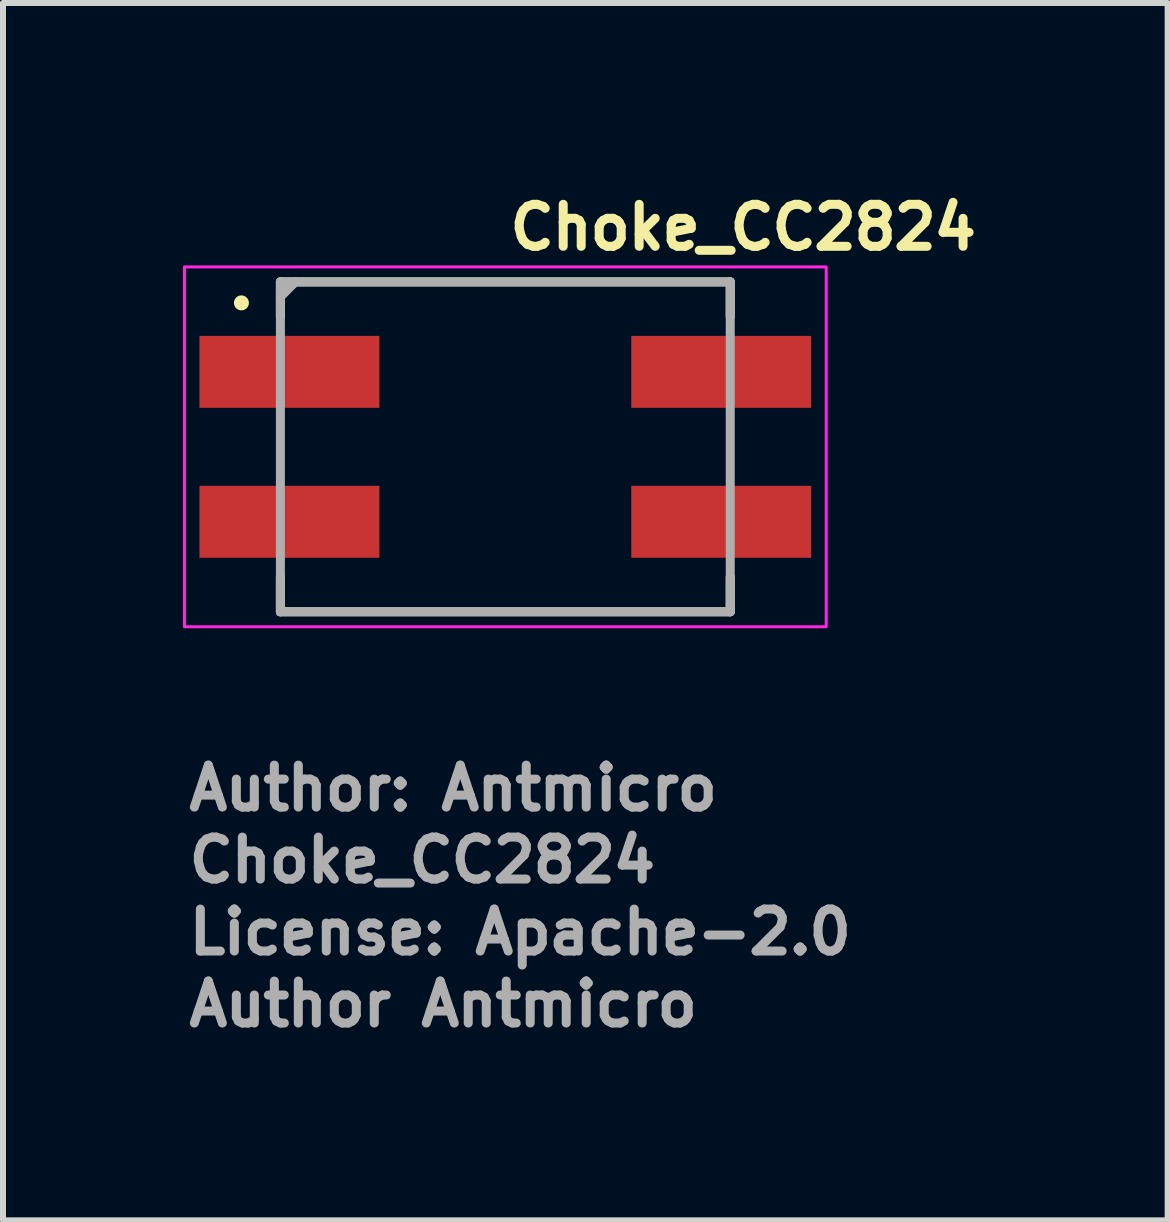
<source format=kicad_pcb>
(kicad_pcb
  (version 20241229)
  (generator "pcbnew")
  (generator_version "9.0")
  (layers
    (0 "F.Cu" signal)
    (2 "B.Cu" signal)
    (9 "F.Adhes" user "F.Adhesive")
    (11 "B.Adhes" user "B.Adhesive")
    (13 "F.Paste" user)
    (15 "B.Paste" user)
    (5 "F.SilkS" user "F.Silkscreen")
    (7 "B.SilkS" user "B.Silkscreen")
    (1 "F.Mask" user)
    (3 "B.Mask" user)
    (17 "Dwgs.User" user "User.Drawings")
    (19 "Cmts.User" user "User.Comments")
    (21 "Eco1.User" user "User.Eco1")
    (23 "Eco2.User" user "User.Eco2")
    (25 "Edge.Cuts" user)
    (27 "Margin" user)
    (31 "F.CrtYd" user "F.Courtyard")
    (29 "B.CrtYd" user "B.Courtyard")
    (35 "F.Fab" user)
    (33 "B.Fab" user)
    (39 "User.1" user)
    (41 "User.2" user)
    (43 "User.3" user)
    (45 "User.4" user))
  (footprint "Choke_CC2824"
    (layer "F.Cu")
    (at 5.375 4.4)
    (property "Reference" "Choke_CC2824" (at 0 -3.25 0) (layer "F.SilkS") (effects (font (size 0.7 0.7) (thickness 0.15)) (justify left bottom)))
    (attr smd)
    (fp_line (start -3.75 -2.75) (end -3.75 -2.17) (stroke (width 0.15) (type solid)) (layer "F.SilkS"))
    (fp_line (start -3.75 -2.75) (end 3.75 -2.75) (stroke (width 0.15) (type solid)) (layer "F.SilkS"))
    (fp_line (start -3.75 2.75) (end -3.75 2.17) (stroke (width 0.15) (type solid)) (layer "F.SilkS"))
    (fp_line (start -3.75 2.75) (end 3.75 2.75) (stroke (width 0.15) (type solid)) (layer "F.SilkS"))
    (fp_line (start 3.75 -2.75) (end 3.75 -2.17) (stroke (width 0.15) (type solid)) (layer "F.SilkS"))
    (fp_line (start 3.75 2.75) (end 3.75 2.17) (stroke (width 0.15) (type solid)) (layer "F.SilkS"))
    (fp_circle (center -4.4 -2.4) (end -4.35 -2.4) (stroke (width 0.15) (type solid)) (fill yes) (layer "F.SilkS"))
    (fp_rect (start -5.35 -3) (end 5.35 3) (stroke (width 0.05) (type solid)) (fill no) (layer "F.CrtYd"))
    (fp_line (start -3.75 -2.75) (end 3.75 -2.75) (stroke (width 0.15) (type solid)) (layer "F.Fab"))
    (fp_line (start -3.75 2.75) (end -3.75 -2.75) (stroke (width 0.15) (type solid)) (layer "F.Fab"))
    (fp_line (start -3.5 -2.75) (end -3.75 -2.5) (stroke (width 0.15) (type solid)) (layer "F.Fab"))
    (fp_line (start 3.75 -2.75) (end 3.75 2.75) (stroke (width 0.15) (type solid)) (layer "F.Fab"))
    (fp_line (start 3.75 2.75) (end -3.75 2.75) (stroke (width 0.15) (type solid)) (layer "F.Fab"))
    (fp_rect (start -4.5 -2.75) (end 4.5 2.75) (stroke (width 0.1) (type solid)) (fill no) (layer "User.5"))
    (fp_line (start -4.5 -1.02) (end -4.5 -1.52) (stroke (width 0.02) (type solid)) (layer "User.9"))
    (fp_line (start -4.5 1.02) (end -4.5 1.52) (stroke (width 0.02) (type solid)) (layer "User.9"))
    (fp_line (start -3.75 -2.25) (end -3.749 -2.275) (stroke (width 0.02) (type solid)) (layer "User.9"))
    (fp_line (start -3.75 -1.52) (end -4.5 -1.52) (stroke (width 0.02) (type solid)) (layer "User.9"))
    (fp_line (start -3.75 -1.02) (end -4.5 -1.02) (stroke (width 0.02) (type solid)) (layer "User.9"))
    (fp_line (start -3.75 1.02) (end -4.5 1.02) (stroke (width 0.02) (type solid)) (layer "User.9"))
    (fp_line (start -3.75 1.52) (end -4.5 1.52) (stroke (width 0.02) (type solid)) (layer "User.9"))
    (fp_line (start -3.75 2.25) (end -3.75 -2.25) (stroke (width 0.02) (type solid)) (layer "User.9"))
    (fp_line (start -3.749 -2.275) (end -3.748 -2.299) (stroke (width 0.02) (type solid)) (layer "User.9"))
    (fp_line (start -3.749 2.275) (end -3.75 2.25) (stroke (width 0.02) (type solid)) (layer "User.9"))
    (fp_line (start -3.748 -2.299) (end -3.745 -2.324) (stroke (width 0.02) (type solid)) (layer "User.9"))
    (fp_line (start -3.748 2.299) (end -3.749 2.275) (stroke (width 0.02) (type solid)) (layer "User.9"))
    (fp_line (start -3.745 -2.324) (end -3.74 -2.348) (stroke (width 0.02) (type solid)) (layer "User.9"))
    (fp_line (start -3.745 2.324) (end -3.748 2.299) (stroke (width 0.02) (type solid)) (layer "User.9"))
    (fp_line (start -3.74 -2.348) (end -3.735 -2.372) (stroke (width 0.02) (type solid)) (layer "User.9"))
    (fp_line (start -3.74 2.348) (end -3.745 2.324) (stroke (width 0.02) (type solid)) (layer "User.9"))
    (fp_line (start -3.735 -2.372) (end -3.728 -2.395) (stroke (width 0.02) (type solid)) (layer "User.9"))
    (fp_line (start -3.735 2.372) (end -3.74 2.348) (stroke (width 0.02) (type solid)) (layer "User.9"))
    (fp_line (start -3.728 -2.395) (end -3.721 -2.419) (stroke (width 0.02) (type solid)) (layer "User.9"))
    (fp_line (start -3.728 2.395) (end -3.735 2.372) (stroke (width 0.02) (type solid)) (layer "User.9"))
    (fp_line (start -3.721 -2.419) (end -3.712 -2.441) (stroke (width 0.02) (type solid)) (layer "User.9"))
    (fp_line (start -3.721 2.419) (end -3.728 2.395) (stroke (width 0.02) (type solid)) (layer "User.9"))
    (fp_line (start -3.712 -2.441) (end -3.702 -2.464) (stroke (width 0.02) (type solid)) (layer "User.9"))
    (fp_line (start -3.712 2.441) (end -3.721 2.419) (stroke (width 0.02) (type solid)) (layer "User.9"))
    (fp_line (start -3.702 -2.464) (end -3.691 -2.485) (stroke (width 0.02) (type solid)) (layer "User.9"))
    (fp_line (start -3.702 2.464) (end -3.712 2.441) (stroke (width 0.02) (type solid)) (layer "User.9"))
    (fp_line (start -3.691 -2.485) (end -3.679 -2.507) (stroke (width 0.02) (type solid)) (layer "User.9"))
    (fp_line (start -3.691 2.485) (end -3.702 2.464) (stroke (width 0.02) (type solid)) (layer "User.9"))
    (fp_line (start -3.679 -2.507) (end -3.666 -2.527) (stroke (width 0.02) (type solid)) (layer "User.9"))
    (fp_line (start -3.679 2.507) (end -3.691 2.485) (stroke (width 0.02) (type solid)) (layer "User.9"))
    (fp_line (start -3.666 -2.527) (end -3.652 -2.547) (stroke (width 0.02) (type solid)) (layer "User.9"))
    (fp_line (start -3.666 2.527) (end -3.679 2.507) (stroke (width 0.02) (type solid)) (layer "User.9"))
    (fp_line (start -3.652 -2.547) (end -3.637 -2.567) (stroke (width 0.02) (type solid)) (layer "User.9"))
    (fp_line (start -3.652 2.547) (end -3.666 2.527) (stroke (width 0.02) (type solid)) (layer "User.9"))
    (fp_line (start -3.637 -2.567) (end -3.621 -2.586) (stroke (width 0.02) (type solid)) (layer "User.9"))
    (fp_line (start -3.637 2.567) (end -3.652 2.547) (stroke (width 0.02) (type solid)) (layer "User.9"))
    (fp_line (start -3.621 -2.586) (end -3.604 -2.604) (stroke (width 0.02) (type solid)) (layer "User.9"))
    (fp_line (start -3.621 2.586) (end -3.637 2.567) (stroke (width 0.02) (type solid)) (layer "User.9"))
    (fp_line (start -3.604 -2.604) (end -3.604 -2.604) (stroke (width 0.02) (type solid)) (layer "User.9"))
    (fp_line (start -3.604 -2.604) (end -3.586 -2.621) (stroke (width 0.02) (type solid)) (layer "User.9"))
    (fp_line (start -3.604 2.604) (end -3.621 2.586) (stroke (width 0.02) (type solid)) (layer "User.9"))
    (fp_line (start -3.604 2.604) (end -3.604 2.604) (stroke (width 0.02) (type solid)) (layer "User.9"))
    (fp_line (start -3.586 -2.621) (end -3.567 -2.637) (stroke (width 0.02) (type solid)) (layer "User.9"))
    (fp_line (start -3.586 2.621) (end -3.604 2.604) (stroke (width 0.02) (type solid)) (layer "User.9"))
    (fp_line (start -3.567 -2.637) (end -3.547 -2.652) (stroke (width 0.02) (type solid)) (layer "User.9"))
    (fp_line (start -3.567 2.637) (end -3.586 2.621) (stroke (width 0.02) (type solid)) (layer "User.9"))
    (fp_line (start -3.547 -2.652) (end -3.527 -2.666) (stroke (width 0.02) (type solid)) (layer "User.9"))
    (fp_line (start -3.547 2.652) (end -3.567 2.637) (stroke (width 0.02) (type solid)) (layer "User.9"))
    (fp_line (start -3.527 -2.666) (end -3.507 -2.679) (stroke (width 0.02) (type solid)) (layer "User.9"))
    (fp_line (start -3.527 2.666) (end -3.547 2.652) (stroke (width 0.02) (type solid)) (layer "User.9"))
    (fp_line (start -3.507 -2.679) (end -3.485 -2.691) (stroke (width 0.02) (type solid)) (layer "User.9"))
    (fp_line (start -3.507 2.679) (end -3.527 2.666) (stroke (width 0.02) (type solid)) (layer "User.9"))
    (fp_line (start -3.485 -2.691) (end -3.464 -2.702) (stroke (width 0.02) (type solid)) (layer "User.9"))
    (fp_line (start -3.485 2.691) (end -3.507 2.679) (stroke (width 0.02) (type solid)) (layer "User.9"))
    (fp_line (start -3.464 -2.702) (end -3.441 -2.712) (stroke (width 0.02) (type solid)) (layer "User.9"))
    (fp_line (start -3.464 2.702) (end -3.485 2.691) (stroke (width 0.02) (type solid)) (layer "User.9"))
    (fp_line (start -3.441 -2.712) (end -3.419 -2.721) (stroke (width 0.02) (type solid)) (layer "User.9"))
    (fp_line (start -3.441 2.712) (end -3.464 2.702) (stroke (width 0.02) (type solid)) (layer "User.9"))
    (fp_line (start -3.419 -2.721) (end -3.395 -2.728) (stroke (width 0.02) (type solid)) (layer "User.9"))
    (fp_line (start -3.419 2.721) (end -3.441 2.712) (stroke (width 0.02) (type solid)) (layer "User.9"))
    (fp_line (start -3.395 -2.728) (end -3.372 -2.735) (stroke (width 0.02) (type solid)) (layer "User.9"))
    (fp_line (start -3.395 2.728) (end -3.419 2.721) (stroke (width 0.02) (type solid)) (layer "User.9"))
    (fp_line (start -3.372 -2.735) (end -3.348 -2.74) (stroke (width 0.02) (type solid)) (layer "User.9"))
    (fp_line (start -3.372 2.735) (end -3.395 2.728) (stroke (width 0.02) (type solid)) (layer "User.9"))
    (fp_line (start -3.348 -2.74) (end -3.324 -2.745) (stroke (width 0.02) (type solid)) (layer "User.9"))
    (fp_line (start -3.348 2.74) (end -3.372 2.735) (stroke (width 0.02) (type solid)) (layer "User.9"))
    (fp_line (start -3.324 -2.745) (end -3.299 -2.748) (stroke (width 0.02) (type solid)) (layer "User.9"))
    (fp_line (start -3.324 2.745) (end -3.348 2.74) (stroke (width 0.02) (type solid)) (layer "User.9"))
    (fp_line (start -3.299 -2.748) (end -3.275 -2.749) (stroke (width 0.02) (type solid)) (layer "User.9"))
    (fp_line (start -3.299 2.748) (end -3.324 2.745) (stroke (width 0.02) (type solid)) (layer "User.9"))
    (fp_line (start -3.275 -2.749) (end -3.25 -2.75) (stroke (width 0.02) (type solid)) (layer "User.9"))
    (fp_line (start -3.275 2.749) (end -3.299 2.748) (stroke (width 0.02) (type solid)) (layer "User.9"))
    (fp_line (start -3.25 -2.75) (end 3.25 -2.75) (stroke (width 0.02) (type solid)) (layer "User.9"))
    (fp_line (start -3.25 2.75) (end -3.275 2.749) (stroke (width 0.02) (type solid)) (layer "User.9"))
    (fp_line (start -3.1 -1.75) (end -3.1 -1.75) (stroke (width 0.02) (type solid)) (layer "User.9"))
    (fp_line (start -3.1 -1.75) (end -3.1 -1.75) (stroke (width 0.02) (type solid)) (layer "User.9"))
    (fp_line (start -3.1 -1.75) (end -3.099 -1.732) (stroke (width 0.02) (type solid)) (layer "User.9"))
    (fp_line (start -3.1 -1.75) (end -3.099 -1.732) (stroke (width 0.02) (type solid)) (layer "User.9"))
    (fp_line (start -3.099 -1.768) (end -3.1 -1.75) (stroke (width 0.02) (type solid)) (layer "User.9"))
    (fp_line (start -3.099 -1.768) (end -3.1 -1.75) (stroke (width 0.02) (type solid)) (layer "User.9"))
    (fp_line (start -3.099 -1.732) (end -3.098 -1.714) (stroke (width 0.02) (type solid)) (layer "User.9"))
    (fp_line (start -3.099 -1.732) (end -3.098 -1.714) (stroke (width 0.02) (type solid)) (layer "User.9"))
    (fp_line (start -3.098 -1.786) (end -3.099 -1.768) (stroke (width 0.02) (type solid)) (layer "User.9"))
    (fp_line (start -3.098 -1.786) (end -3.099 -1.768) (stroke (width 0.02) (type solid)) (layer "User.9"))
    (fp_line (start -3.098 -1.714) (end -3.096 -1.697) (stroke (width 0.02) (type solid)) (layer "User.9"))
    (fp_line (start -3.098 -1.714) (end -3.096 -1.697) (stroke (width 0.02) (type solid)) (layer "User.9"))
    (fp_line (start -3.096 -1.803) (end -3.098 -1.786) (stroke (width 0.02) (type solid)) (layer "User.9"))
    (fp_line (start -3.096 -1.803) (end -3.098 -1.786) (stroke (width 0.02) (type solid)) (layer "User.9"))
    (fp_line (start -3.096 -1.697) (end -3.093 -1.679) (stroke (width 0.02) (type solid)) (layer "User.9"))
    (fp_line (start -3.096 -1.697) (end -3.093 -1.679) (stroke (width 0.02) (type solid)) (layer "User.9"))
    (fp_line (start -3.093 -1.821) (end -3.096 -1.803) (stroke (width 0.02) (type solid)) (layer "User.9"))
    (fp_line (start -3.093 -1.821) (end -3.096 -1.803) (stroke (width 0.02) (type solid)) (layer "User.9"))
    (fp_line (start -3.093 -1.679) (end -3.089 -1.663) (stroke (width 0.02) (type solid)) (layer "User.9"))
    (fp_line (start -3.093 -1.679) (end -3.089 -1.663) (stroke (width 0.02) (type solid)) (layer "User.9"))
    (fp_line (start -3.089 -1.837) (end -3.093 -1.821) (stroke (width 0.02) (type solid)) (layer "User.9"))
    (fp_line (start -3.089 -1.837) (end -3.093 -1.821) (stroke (width 0.02) (type solid)) (layer "User.9"))
    (fp_line (start -3.089 -1.663) (end -3.084 -1.646) (stroke (width 0.02) (type solid)) (layer "User.9"))
    (fp_line (start -3.089 -1.663) (end -3.084 -1.646) (stroke (width 0.02) (type solid)) (layer "User.9"))
    (fp_line (start -3.084 -1.854) (end -3.089 -1.837) (stroke (width 0.02) (type solid)) (layer "User.9"))
    (fp_line (start -3.084 -1.854) (end -3.089 -1.837) (stroke (width 0.02) (type solid)) (layer "User.9"))
    (fp_line (start -3.084 -1.646) (end -3.079 -1.63) (stroke (width 0.02) (type solid)) (layer "User.9"))
    (fp_line (start -3.084 -1.646) (end -3.079 -1.63) (stroke (width 0.02) (type solid)) (layer "User.9"))
    (fp_line (start -3.079 -1.87) (end -3.084 -1.854) (stroke (width 0.02) (type solid)) (layer "User.9"))
    (fp_line (start -3.079 -1.87) (end -3.084 -1.854) (stroke (width 0.02) (type solid)) (layer "User.9"))
    (fp_line (start -3.079 -1.63) (end -3.072 -1.614) (stroke (width 0.02) (type solid)) (layer "User.9"))
    (fp_line (start -3.079 -1.63) (end -3.072 -1.614) (stroke (width 0.02) (type solid)) (layer "User.9"))
    (fp_line (start -3.072 -1.886) (end -3.079 -1.87) (stroke (width 0.02) (type solid)) (layer "User.9"))
    (fp_line (start -3.072 -1.886) (end -3.079 -1.87) (stroke (width 0.02) (type solid)) (layer "User.9"))
    (fp_line (start -3.072 -1.614) (end -3.065 -1.598) (stroke (width 0.02) (type solid)) (layer "User.9"))
    (fp_line (start -3.072 -1.614) (end -3.065 -1.598) (stroke (width 0.02) (type solid)) (layer "User.9"))
    (fp_line (start -3.065 -1.902) (end -3.072 -1.886) (stroke (width 0.02) (type solid)) (layer "User.9"))
    (fp_line (start -3.065 -1.902) (end -3.072 -1.886) (stroke (width 0.02) (type solid)) (layer "User.9"))
    (fp_line (start -3.065 -1.598) (end -3.058 -1.583) (stroke (width 0.02) (type solid)) (layer "User.9"))
    (fp_line (start -3.065 -1.598) (end -3.058 -1.583) (stroke (width 0.02) (type solid)) (layer "User.9"))
    (fp_line (start -3.058 -1.917) (end -3.065 -1.902) (stroke (width 0.02) (type solid)) (layer "User.9"))
    (fp_line (start -3.058 -1.917) (end -3.065 -1.902) (stroke (width 0.02) (type solid)) (layer "User.9"))
    (fp_line (start -3.058 -1.583) (end -3.049 -1.569) (stroke (width 0.02) (type solid)) (layer "User.9"))
    (fp_line (start -3.058 -1.583) (end -3.049 -1.569) (stroke (width 0.02) (type solid)) (layer "User.9"))
    (fp_line (start -3.049 -1.931) (end -3.058 -1.917) (stroke (width 0.02) (type solid)) (layer "User.9"))
    (fp_line (start -3.049 -1.931) (end -3.058 -1.917) (stroke (width 0.02) (type solid)) (layer "User.9"))
    (fp_line (start -3.049 -1.569) (end -3.04 -1.554) (stroke (width 0.02) (type solid)) (layer "User.9"))
    (fp_line (start -3.049 -1.569) (end -3.04 -1.554) (stroke (width 0.02) (type solid)) (layer "User.9"))
    (fp_line (start -3.04 -1.946) (end -3.049 -1.931) (stroke (width 0.02) (type solid)) (layer "User.9"))
    (fp_line (start -3.04 -1.946) (end -3.049 -1.931) (stroke (width 0.02) (type solid)) (layer "User.9"))
    (fp_line (start -3.04 -1.554) (end -3.03 -1.541) (stroke (width 0.02) (type solid)) (layer "User.9"))
    (fp_line (start -3.04 -1.554) (end -3.03 -1.541) (stroke (width 0.02) (type solid)) (layer "User.9"))
    (fp_line (start -3.03 -1.959) (end -3.04 -1.946) (stroke (width 0.02) (type solid)) (layer "User.9"))
    (fp_line (start -3.03 -1.959) (end -3.04 -1.946) (stroke (width 0.02) (type solid)) (layer "User.9"))
    (fp_line (start -3.03 -1.541) (end -3.02 -1.527) (stroke (width 0.02) (type solid)) (layer "User.9"))
    (fp_line (start -3.03 -1.541) (end -3.02 -1.527) (stroke (width 0.02) (type solid)) (layer "User.9"))
    (fp_line (start -3.02 -1.973) (end -3.03 -1.959) (stroke (width 0.02) (type solid)) (layer "User.9"))
    (fp_line (start -3.02 -1.973) (end -3.03 -1.959) (stroke (width 0.02) (type solid)) (layer "User.9"))
    (fp_line (start -3.02 -1.527) (end -3.009 -1.515) (stroke (width 0.02) (type solid)) (layer "User.9"))
    (fp_line (start -3.02 -1.527) (end -3.009 -1.515) (stroke (width 0.02) (type solid)) (layer "User.9"))
    (fp_line (start -3.009 -1.985) (end -3.02 -1.973) (stroke (width 0.02) (type solid)) (layer "User.9"))
    (fp_line (start -3.009 -1.985) (end -3.02 -1.973) (stroke (width 0.02) (type solid)) (layer "User.9"))
    (fp_line (start -3.009 -1.515) (end -2.997 -1.503) (stroke (width 0.02) (type solid)) (layer "User.9"))
    (fp_line (start -3.009 -1.515) (end -2.997 -1.503) (stroke (width 0.02) (type solid)) (layer "User.9"))
    (fp_line (start -2.997 -1.997) (end -3.009 -1.985) (stroke (width 0.02) (type solid)) (layer "User.9"))
    (fp_line (start -2.997 -1.997) (end -3.009 -1.985) (stroke (width 0.02) (type solid)) (layer "User.9"))
    (fp_line (start -2.997 -1.503) (end -2.985 -1.491) (stroke (width 0.02) (type solid)) (layer "User.9"))
    (fp_line (start -2.997 -1.503) (end -2.985 -1.491) (stroke (width 0.02) (type solid)) (layer "User.9"))
    (fp_line (start -2.985 -2.009) (end -2.997 -1.997) (stroke (width 0.02) (type solid)) (layer "User.9"))
    (fp_line (start -2.985 -2.009) (end -2.997 -1.997) (stroke (width 0.02) (type solid)) (layer "User.9"))
    (fp_line (start -2.985 -1.491) (end -2.973 -1.48) (stroke (width 0.02) (type solid)) (layer "User.9"))
    (fp_line (start -2.985 -1.491) (end -2.973 -1.48) (stroke (width 0.02) (type solid)) (layer "User.9"))
    (fp_line (start -2.973 -2.02) (end -2.985 -2.009) (stroke (width 0.02) (type solid)) (layer "User.9"))
    (fp_line (start -2.973 -2.02) (end -2.985 -2.009) (stroke (width 0.02) (type solid)) (layer "User.9"))
    (fp_line (start -2.973 -1.48) (end -2.959 -1.47) (stroke (width 0.02) (type solid)) (layer "User.9"))
    (fp_line (start -2.973 -1.48) (end -2.959 -1.47) (stroke (width 0.02) (type solid)) (layer "User.9"))
    (fp_line (start -2.959 -2.03) (end -2.973 -2.02) (stroke (width 0.02) (type solid)) (layer "User.9"))
    (fp_line (start -2.959 -2.03) (end -2.973 -2.02) (stroke (width 0.02) (type solid)) (layer "User.9"))
    (fp_line (start -2.959 -1.47) (end -2.946 -1.46) (stroke (width 0.02) (type solid)) (layer "User.9"))
    (fp_line (start -2.959 -1.47) (end -2.946 -1.46) (stroke (width 0.02) (type solid)) (layer "User.9"))
    (fp_line (start -2.946 -2.04) (end -2.959 -2.03) (stroke (width 0.02) (type solid)) (layer "User.9"))
    (fp_line (start -2.946 -2.04) (end -2.959 -2.03) (stroke (width 0.02) (type solid)) (layer "User.9"))
    (fp_line (start -2.946 -1.46) (end -2.931 -1.451) (stroke (width 0.02) (type solid)) (layer "User.9"))
    (fp_line (start -2.946 -1.46) (end -2.931 -1.451) (stroke (width 0.02) (type solid)) (layer "User.9"))
    (fp_line (start -2.931 -2.049) (end -2.946 -2.04) (stroke (width 0.02) (type solid)) (layer "User.9"))
    (fp_line (start -2.931 -2.049) (end -2.946 -2.04) (stroke (width 0.02) (type solid)) (layer "User.9"))
    (fp_line (start -2.931 -1.451) (end -2.917 -1.442) (stroke (width 0.02) (type solid)) (layer "User.9"))
    (fp_line (start -2.931 -1.451) (end -2.917 -1.442) (stroke (width 0.02) (type solid)) (layer "User.9"))
    (fp_line (start -2.917 -2.058) (end -2.931 -2.049) (stroke (width 0.02) (type solid)) (layer "User.9"))
    (fp_line (start -2.917 -2.058) (end -2.931 -2.049) (stroke (width 0.02) (type solid)) (layer "User.9"))
    (fp_line (start -2.917 -1.442) (end -2.902 -1.435) (stroke (width 0.02) (type solid)) (layer "User.9"))
    (fp_line (start -2.917 -1.442) (end -2.902 -1.435) (stroke (width 0.02) (type solid)) (layer "User.9"))
    (fp_line (start -2.902 -2.065) (end -2.917 -2.058) (stroke (width 0.02) (type solid)) (layer "User.9"))
    (fp_line (start -2.902 -2.065) (end -2.917 -2.058) (stroke (width 0.02) (type solid)) (layer "User.9"))
    (fp_line (start -2.902 -1.435) (end -2.886 -1.428) (stroke (width 0.02) (type solid)) (layer "User.9"))
    (fp_line (start -2.902 -1.435) (end -2.886 -1.428) (stroke (width 0.02) (type solid)) (layer "User.9"))
    (fp_line (start -2.886 -2.072) (end -2.902 -2.065) (stroke (width 0.02) (type solid)) (layer "User.9"))
    (fp_line (start -2.886 -2.072) (end -2.902 -2.065) (stroke (width 0.02) (type solid)) (layer "User.9"))
    (fp_line (start -2.886 -1.428) (end -2.87 -1.421) (stroke (width 0.02) (type solid)) (layer "User.9"))
    (fp_line (start -2.886 -1.428) (end -2.87 -1.421) (stroke (width 0.02) (type solid)) (layer "User.9"))
    (fp_line (start -2.87 -2.079) (end -2.886 -2.072) (stroke (width 0.02) (type solid)) (layer "User.9"))
    (fp_line (start -2.87 -2.079) (end -2.886 -2.072) (stroke (width 0.02) (type solid)) (layer "User.9"))
    (fp_line (start -2.87 -1.421) (end -2.854 -1.416) (stroke (width 0.02) (type solid)) (layer "User.9"))
    (fp_line (start -2.87 -1.421) (end -2.854 -1.416) (stroke (width 0.02) (type solid)) (layer "User.9"))
    (fp_line (start -2.854 -2.084) (end -2.87 -2.079) (stroke (width 0.02) (type solid)) (layer "User.9"))
    (fp_line (start -2.854 -2.084) (end -2.87 -2.079) (stroke (width 0.02) (type solid)) (layer "User.9"))
    (fp_line (start -2.854 -1.416) (end -2.837 -1.411) (stroke (width 0.02) (type solid)) (layer "User.9"))
    (fp_line (start -2.854 -1.416) (end -2.837 -1.411) (stroke (width 0.02) (type solid)) (layer "User.9"))
    (fp_line (start -2.837 -2.089) (end -2.854 -2.084) (stroke (width 0.02) (type solid)) (layer "User.9"))
    (fp_line (start -2.837 -2.089) (end -2.854 -2.084) (stroke (width 0.02) (type solid)) (layer "User.9"))
    (fp_line (start -2.837 -1.411) (end -2.82 -1.407) (stroke (width 0.02) (type solid)) (layer "User.9"))
    (fp_line (start -2.837 -1.411) (end -2.82 -1.407) (stroke (width 0.02) (type solid)) (layer "User.9"))
    (fp_line (start -2.821 -2.093) (end -2.837 -2.089) (stroke (width 0.02) (type solid)) (layer "User.9"))
    (fp_line (start -2.821 -2.093) (end -2.837 -2.089) (stroke (width 0.02) (type solid)) (layer "User.9"))
    (fp_line (start -2.82 -1.407) (end -2.803 -1.404) (stroke (width 0.02) (type solid)) (layer "User.9"))
    (fp_line (start -2.82 -1.407) (end -2.803 -1.404) (stroke (width 0.02) (type solid)) (layer "User.9"))
    (fp_line (start -2.803 -2.096) (end -2.821 -2.093) (stroke (width 0.02) (type solid)) (layer "User.9"))
    (fp_line (start -2.803 -2.096) (end -2.821 -2.093) (stroke (width 0.02) (type solid)) (layer "User.9"))
    (fp_line (start -2.803 -1.404) (end -2.786 -1.402) (stroke (width 0.02) (type solid)) (layer "User.9"))
    (fp_line (start -2.803 -1.404) (end -2.786 -1.402) (stroke (width 0.02) (type solid)) (layer "User.9"))
    (fp_line (start -2.786 -2.098) (end -2.803 -2.096) (stroke (width 0.02) (type solid)) (layer "User.9"))
    (fp_line (start -2.786 -2.098) (end -2.803 -2.096) (stroke (width 0.02) (type solid)) (layer "User.9"))
    (fp_line (start -2.786 -1.402) (end -2.768 -1.4) (stroke (width 0.02) (type solid)) (layer "User.9"))
    (fp_line (start -2.786 -1.402) (end -2.768 -1.4) (stroke (width 0.02) (type solid)) (layer "User.9"))
    (fp_line (start -2.768 -2.1) (end -2.786 -2.098) (stroke (width 0.02) (type solid)) (layer "User.9"))
    (fp_line (start -2.768 -2.1) (end -2.786 -2.098) (stroke (width 0.02) (type solid)) (layer "User.9"))
    (fp_line (start -2.768 -1.4) (end -2.75 -1.4) (stroke (width 0.02) (type solid)) (layer "User.9"))
    (fp_line (start -2.768 -1.4) (end -2.75 -1.4) (stroke (width 0.02) (type solid)) (layer "User.9"))
    (fp_line (start -2.75 -2.1) (end -2.768 -2.1) (stroke (width 0.02) (type solid)) (layer "User.9"))
    (fp_line (start -2.75 -2.1) (end -2.768 -2.1) (stroke (width 0.02) (type solid)) (layer "User.9"))
    (fp_line (start -2.75 -1.4) (end -2.732 -1.4) (stroke (width 0.02) (type solid)) (layer "User.9"))
    (fp_line (start -2.75 -1.4) (end -2.732 -1.4) (stroke (width 0.02) (type solid)) (layer "User.9"))
    (fp_line (start -2.732 -2.1) (end -2.75 -2.1) (stroke (width 0.02) (type solid)) (layer "User.9"))
    (fp_line (start -2.732 -2.1) (end -2.75 -2.1) (stroke (width 0.02) (type solid)) (layer "User.9"))
    (fp_line (start -2.732 -1.4) (end -2.714 -1.402) (stroke (width 0.02) (type solid)) (layer "User.9"))
    (fp_line (start -2.732 -1.4) (end -2.714 -1.402) (stroke (width 0.02) (type solid)) (layer "User.9"))
    (fp_line (start -2.714 -2.098) (end -2.732 -2.1) (stroke (width 0.02) (type solid)) (layer "User.9"))
    (fp_line (start -2.714 -2.098) (end -2.732 -2.1) (stroke (width 0.02) (type solid)) (layer "User.9"))
    (fp_line (start -2.714 -1.402) (end -2.697 -1.404) (stroke (width 0.02) (type solid)) (layer "User.9"))
    (fp_line (start -2.714 -1.402) (end -2.697 -1.404) (stroke (width 0.02) (type solid)) (layer "User.9"))
    (fp_line (start -2.697 -2.096) (end -2.714 -2.098) (stroke (width 0.02) (type solid)) (layer "User.9"))
    (fp_line (start -2.697 -2.096) (end -2.714 -2.098) (stroke (width 0.02) (type solid)) (layer "User.9"))
    (fp_line (start -2.697 -1.404) (end -2.679 -1.407) (stroke (width 0.02) (type solid)) (layer "User.9"))
    (fp_line (start -2.697 -1.404) (end -2.679 -1.407) (stroke (width 0.02) (type solid)) (layer "User.9"))
    (fp_line (start -2.68 -2.093) (end -2.697 -2.096) (stroke (width 0.02) (type solid)) (layer "User.9"))
    (fp_line (start -2.68 -2.093) (end -2.697 -2.096) (stroke (width 0.02) (type solid)) (layer "User.9"))
    (fp_line (start -2.679 -1.407) (end -2.663 -1.411) (stroke (width 0.02) (type solid)) (layer "User.9"))
    (fp_line (start -2.679 -1.407) (end -2.663 -1.411) (stroke (width 0.02) (type solid)) (layer "User.9"))
    (fp_line (start -2.663 -2.089) (end -2.68 -2.093) (stroke (width 0.02) (type solid)) (layer "User.9"))
    (fp_line (start -2.663 -2.089) (end -2.68 -2.093) (stroke (width 0.02) (type solid)) (layer "User.9"))
    (fp_line (start -2.663 -1.411) (end -2.646 -1.416) (stroke (width 0.02) (type solid)) (layer "User.9"))
    (fp_line (start -2.663 -1.411) (end -2.646 -1.416) (stroke (width 0.02) (type solid)) (layer "User.9"))
    (fp_line (start -2.646 -2.084) (end -2.663 -2.089) (stroke (width 0.02) (type solid)) (layer "User.9"))
    (fp_line (start -2.646 -2.084) (end -2.663 -2.089) (stroke (width 0.02) (type solid)) (layer "User.9"))
    (fp_line (start -2.646 -1.416) (end -2.63 -1.421) (stroke (width 0.02) (type solid)) (layer "User.9"))
    (fp_line (start -2.646 -1.416) (end -2.63 -1.421) (stroke (width 0.02) (type solid)) (layer "User.9"))
    (fp_line (start -2.63 -2.079) (end -2.646 -2.084) (stroke (width 0.02) (type solid)) (layer "User.9"))
    (fp_line (start -2.63 -2.079) (end -2.646 -2.084) (stroke (width 0.02) (type solid)) (layer "User.9"))
    (fp_line (start -2.63 -1.421) (end -2.614 -1.428) (stroke (width 0.02) (type solid)) (layer "User.9"))
    (fp_line (start -2.63 -1.421) (end -2.614 -1.428) (stroke (width 0.02) (type solid)) (layer "User.9"))
    (fp_line (start -2.614 -2.072) (end -2.63 -2.079) (stroke (width 0.02) (type solid)) (layer "User.9"))
    (fp_line (start -2.614 -2.072) (end -2.63 -2.079) (stroke (width 0.02) (type solid)) (layer "User.9"))
    (fp_line (start -2.614 -1.428) (end -2.598 -1.435) (stroke (width 0.02) (type solid)) (layer "User.9"))
    (fp_line (start -2.614 -1.428) (end -2.598 -1.435) (stroke (width 0.02) (type solid)) (layer "User.9"))
    (fp_line (start -2.598 -2.065) (end -2.614 -2.072) (stroke (width 0.02) (type solid)) (layer "User.9"))
    (fp_line (start -2.598 -2.065) (end -2.614 -2.072) (stroke (width 0.02) (type solid)) (layer "User.9"))
    (fp_line (start -2.598 -1.435) (end -2.583 -1.442) (stroke (width 0.02) (type solid)) (layer "User.9"))
    (fp_line (start -2.598 -1.435) (end -2.583 -1.442) (stroke (width 0.02) (type solid)) (layer "User.9"))
    (fp_line (start -2.583 -2.058) (end -2.598 -2.065) (stroke (width 0.02) (type solid)) (layer "User.9"))
    (fp_line (start -2.583 -2.058) (end -2.598 -2.065) (stroke (width 0.02) (type solid)) (layer "User.9"))
    (fp_line (start -2.583 -1.442) (end -2.569 -1.451) (stroke (width 0.02) (type solid)) (layer "User.9"))
    (fp_line (start -2.583 -1.442) (end -2.569 -1.451) (stroke (width 0.02) (type solid)) (layer "User.9"))
    (fp_line (start -2.569 -2.049) (end -2.583 -2.058) (stroke (width 0.02) (type solid)) (layer "User.9"))
    (fp_line (start -2.569 -2.049) (end -2.583 -2.058) (stroke (width 0.02) (type solid)) (layer "User.9"))
    (fp_line (start -2.569 -1.451) (end -2.554 -1.46) (stroke (width 0.02) (type solid)) (layer "User.9"))
    (fp_line (start -2.569 -1.451) (end -2.554 -1.46) (stroke (width 0.02) (type solid)) (layer "User.9"))
    (fp_line (start -2.554 -2.04) (end -2.569 -2.049) (stroke (width 0.02) (type solid)) (layer "User.9"))
    (fp_line (start -2.554 -2.04) (end -2.569 -2.049) (stroke (width 0.02) (type solid)) (layer "User.9"))
    (fp_line (start -2.554 -1.46) (end -2.541 -1.47) (stroke (width 0.02) (type solid)) (layer "User.9"))
    (fp_line (start -2.554 -1.46) (end -2.541 -1.47) (stroke (width 0.02) (type solid)) (layer "User.9"))
    (fp_line (start -2.541 -2.03) (end -2.554 -2.04) (stroke (width 0.02) (type solid)) (layer "User.9"))
    (fp_line (start -2.541 -2.03) (end -2.554 -2.04) (stroke (width 0.02) (type solid)) (layer "User.9"))
    (fp_line (start -2.541 -1.47) (end -2.527 -1.48) (stroke (width 0.02) (type solid)) (layer "User.9"))
    (fp_line (start -2.541 -1.47) (end -2.527 -1.48) (stroke (width 0.02) (type solid)) (layer "User.9"))
    (fp_line (start -2.527 -2.02) (end -2.541 -2.03) (stroke (width 0.02) (type solid)) (layer "User.9"))
    (fp_line (start -2.527 -2.02) (end -2.541 -2.03) (stroke (width 0.02) (type solid)) (layer "User.9"))
    (fp_line (start -2.527 -1.48) (end -2.515 -1.491) (stroke (width 0.02) (type solid)) (layer "User.9"))
    (fp_line (start -2.527 -1.48) (end -2.515 -1.491) (stroke (width 0.02) (type solid)) (layer "User.9"))
    (fp_line (start -2.515 -2.009) (end -2.527 -2.02) (stroke (width 0.02) (type solid)) (layer "User.9"))
    (fp_line (start -2.515 -2.009) (end -2.527 -2.02) (stroke (width 0.02) (type solid)) (layer "User.9"))
    (fp_line (start -2.515 -1.491) (end -2.503 -1.503) (stroke (width 0.02) (type solid)) (layer "User.9"))
    (fp_line (start -2.515 -1.491) (end -2.503 -1.503) (stroke (width 0.02) (type solid)) (layer "User.9"))
    (fp_line (start -2.503 -1.997) (end -2.515 -2.009) (stroke (width 0.02) (type solid)) (layer "User.9"))
    (fp_line (start -2.503 -1.997) (end -2.515 -2.009) (stroke (width 0.02) (type solid)) (layer "User.9"))
    (fp_line (start -2.503 -1.503) (end -2.491 -1.515) (stroke (width 0.02) (type solid)) (layer "User.9"))
    (fp_line (start -2.503 -1.503) (end -2.491 -1.515) (stroke (width 0.02) (type solid)) (layer "User.9"))
    (fp_line (start -2.491 -1.985) (end -2.503 -1.997) (stroke (width 0.02) (type solid)) (layer "User.9"))
    (fp_line (start -2.491 -1.985) (end -2.503 -1.997) (stroke (width 0.02) (type solid)) (layer "User.9"))
    (fp_line (start -2.491 -1.515) (end -2.48 -1.527) (stroke (width 0.02) (type solid)) (layer "User.9"))
    (fp_line (start -2.491 -1.515) (end -2.48 -1.527) (stroke (width 0.02) (type solid)) (layer "User.9"))
    (fp_line (start -2.48 -1.973) (end -2.491 -1.985) (stroke (width 0.02) (type solid)) (layer "User.9"))
    (fp_line (start -2.48 -1.973) (end -2.491 -1.985) (stroke (width 0.02) (type solid)) (layer "User.9"))
    (fp_line (start -2.48 -1.527) (end -2.47 -1.541) (stroke (width 0.02) (type solid)) (layer "User.9"))
    (fp_line (start -2.48 -1.527) (end -2.47 -1.541) (stroke (width 0.02) (type solid)) (layer "User.9"))
    (fp_line (start -2.47 -1.959) (end -2.48 -1.973) (stroke (width 0.02) (type solid)) (layer "User.9"))
    (fp_line (start -2.47 -1.959) (end -2.48 -1.973) (stroke (width 0.02) (type solid)) (layer "User.9"))
    (fp_line (start -2.47 -1.541) (end -2.46 -1.554) (stroke (width 0.02) (type solid)) (layer "User.9"))
    (fp_line (start -2.47 -1.541) (end -2.46 -1.554) (stroke (width 0.02) (type solid)) (layer "User.9"))
    (fp_line (start -2.46 -1.946) (end -2.47 -1.959) (stroke (width 0.02) (type solid)) (layer "User.9"))
    (fp_line (start -2.46 -1.946) (end -2.47 -1.959) (stroke (width 0.02) (type solid)) (layer "User.9"))
    (fp_line (start -2.46 -1.554) (end -2.451 -1.569) (stroke (width 0.02) (type solid)) (layer "User.9"))
    (fp_line (start -2.46 -1.554) (end -2.451 -1.569) (stroke (width 0.02) (type solid)) (layer "User.9"))
    (fp_line (start -2.451 -1.931) (end -2.46 -1.946) (stroke (width 0.02) (type solid)) (layer "User.9"))
    (fp_line (start -2.451 -1.931) (end -2.46 -1.946) (stroke (width 0.02) (type solid)) (layer "User.9"))
    (fp_line (start -2.451 -1.569) (end -2.442 -1.583) (stroke (width 0.02) (type solid)) (layer "User.9"))
    (fp_line (start -2.451 -1.569) (end -2.442 -1.583) (stroke (width 0.02) (type solid)) (layer "User.9"))
    (fp_line (start -2.442 -1.917) (end -2.451 -1.931) (stroke (width 0.02) (type solid)) (layer "User.9"))
    (fp_line (start -2.442 -1.917) (end -2.451 -1.931) (stroke (width 0.02) (type solid)) (layer "User.9"))
    (fp_line (start -2.442 -1.583) (end -2.435 -1.598) (stroke (width 0.02) (type solid)) (layer "User.9"))
    (fp_line (start -2.442 -1.583) (end -2.435 -1.598) (stroke (width 0.02) (type solid)) (layer "User.9"))
    (fp_line (start -2.435 -1.902) (end -2.442 -1.917) (stroke (width 0.02) (type solid)) (layer "User.9"))
    (fp_line (start -2.435 -1.902) (end -2.442 -1.917) (stroke (width 0.02) (type solid)) (layer "User.9"))
    (fp_line (start -2.435 -1.598) (end -2.428 -1.614) (stroke (width 0.02) (type solid)) (layer "User.9"))
    (fp_line (start -2.435 -1.598) (end -2.428 -1.614) (stroke (width 0.02) (type solid)) (layer "User.9"))
    (fp_line (start -2.428 -1.886) (end -2.435 -1.902) (stroke (width 0.02) (type solid)) (layer "User.9"))
    (fp_line (start -2.428 -1.886) (end -2.435 -1.902) (stroke (width 0.02) (type solid)) (layer "User.9"))
    (fp_line (start -2.428 -1.614) (end -2.421 -1.63) (stroke (width 0.02) (type solid)) (layer "User.9"))
    (fp_line (start -2.428 -1.614) (end -2.421 -1.63) (stroke (width 0.02) (type solid)) (layer "User.9"))
    (fp_line (start -2.421 -1.87) (end -2.428 -1.886) (stroke (width 0.02) (type solid)) (layer "User.9"))
    (fp_line (start -2.421 -1.87) (end -2.428 -1.886) (stroke (width 0.02) (type solid)) (layer "User.9"))
    (fp_line (start -2.421 -1.63) (end -2.416 -1.646) (stroke (width 0.02) (type solid)) (layer "User.9"))
    (fp_line (start -2.421 -1.63) (end -2.416 -1.646) (stroke (width 0.02) (type solid)) (layer "User.9"))
    (fp_line (start -2.416 -1.854) (end -2.421 -1.87) (stroke (width 0.02) (type solid)) (layer "User.9"))
    (fp_line (start -2.416 -1.854) (end -2.421 -1.87) (stroke (width 0.02) (type solid)) (layer "User.9"))
    (fp_line (start -2.416 -1.646) (end -2.411 -1.663) (stroke (width 0.02) (type solid)) (layer "User.9"))
    (fp_line (start -2.416 -1.646) (end -2.411 -1.663) (stroke (width 0.02) (type solid)) (layer "User.9"))
    (fp_line (start -2.411 -1.837) (end -2.416 -1.854) (stroke (width 0.02) (type solid)) (layer "User.9"))
    (fp_line (start -2.411 -1.837) (end -2.416 -1.854) (stroke (width 0.02) (type solid)) (layer "User.9"))
    (fp_line (start -2.411 -1.663) (end -2.407 -1.679) (stroke (width 0.02) (type solid)) (layer "User.9"))
    (fp_line (start -2.411 -1.663) (end -2.407 -1.679) (stroke (width 0.02) (type solid)) (layer "User.9"))
    (fp_line (start -2.407 -1.821) (end -2.411 -1.837) (stroke (width 0.02) (type solid)) (layer "User.9"))
    (fp_line (start -2.407 -1.821) (end -2.411 -1.837) (stroke (width 0.02) (type solid)) (layer "User.9"))
    (fp_line (start -2.407 -1.679) (end -2.404 -1.697) (stroke (width 0.02) (type solid)) (layer "User.9"))
    (fp_line (start -2.407 -1.679) (end -2.404 -1.697) (stroke (width 0.02) (type solid)) (layer "User.9"))
    (fp_line (start -2.404 -1.803) (end -2.407 -1.821) (stroke (width 0.02) (type solid)) (layer "User.9"))
    (fp_line (start -2.404 -1.803) (end -2.407 -1.821) (stroke (width 0.02) (type solid)) (layer "User.9"))
    (fp_line (start -2.404 -1.697) (end -2.402 -1.714) (stroke (width 0.02) (type solid)) (layer "User.9"))
    (fp_line (start -2.404 -1.697) (end -2.402 -1.714) (stroke (width 0.02) (type solid)) (layer "User.9"))
    (fp_line (start -2.402 -1.786) (end -2.404 -1.803) (stroke (width 0.02) (type solid)) (layer "User.9"))
    (fp_line (start -2.402 -1.786) (end -2.404 -1.803) (stroke (width 0.02) (type solid)) (layer "User.9"))
    (fp_line (start -2.402 -1.714) (end -2.401 -1.732) (stroke (width 0.02) (type solid)) (layer "User.9"))
    (fp_line (start -2.402 -1.714) (end -2.401 -1.732) (stroke (width 0.02) (type solid)) (layer "User.9"))
    (fp_line (start -2.401 -1.768) (end -2.402 -1.786) (stroke (width 0.02) (type solid)) (layer "User.9"))
    (fp_line (start -2.401 -1.768) (end -2.402 -1.786) (stroke (width 0.02) (type solid)) (layer "User.9"))
    (fp_line (start -2.401 -1.732) (end -2.4 -1.75) (stroke (width 0.02) (type solid)) (layer "User.9"))
    (fp_line (start -2.401 -1.732) (end -2.4 -1.75) (stroke (width 0.02) (type solid)) (layer "User.9"))
    (fp_line (start -2.4 -1.75) (end -2.401 -1.768) (stroke (width 0.02) (type solid)) (layer "User.9"))
    (fp_line (start -2.4 -1.75) (end -2.401 -1.768) (stroke (width 0.02) (type solid)) (layer "User.9"))
    (fp_line (start -2.4 -1.75) (end -2.4 -1.75) (stroke (width 0.02) (type solid)) (layer "User.9"))
    (fp_line (start -2.4 -1.75) (end -2.4 -1.75) (stroke (width 0.02) (type solid)) (layer "User.9"))
    (fp_line (start 3.25 -2.75) (end 3.275 -2.749) (stroke (width 0.02) (type solid)) (layer "User.9"))
    (fp_line (start 3.25 2.75) (end -3.25 2.75) (stroke (width 0.02) (type solid)) (layer "User.9"))
    (fp_line (start 3.275 -2.749) (end 3.299 -2.748) (stroke (width 0.02) (type solid)) (layer "User.9"))
    (fp_line (start 3.275 2.749) (end 3.25 2.75) (stroke (width 0.02) (type solid)) (layer "User.9"))
    (fp_line (start 3.299 -2.748) (end 3.324 -2.745) (stroke (width 0.02) (type solid)) (layer "User.9"))
    (fp_line (start 3.299 2.748) (end 3.275 2.749) (stroke (width 0.02) (type solid)) (layer "User.9"))
    (fp_line (start 3.324 -2.745) (end 3.348 -2.74) (stroke (width 0.02) (type solid)) (layer "User.9"))
    (fp_line (start 3.324 2.745) (end 3.299 2.748) (stroke (width 0.02) (type solid)) (layer "User.9"))
    (fp_line (start 3.348 -2.74) (end 3.372 -2.735) (stroke (width 0.02) (type solid)) (layer "User.9"))
    (fp_line (start 3.348 2.74) (end 3.324 2.745) (stroke (width 0.02) (type solid)) (layer "User.9"))
    (fp_line (start 3.372 -2.735) (end 3.395 -2.728) (stroke (width 0.02) (type solid)) (layer "User.9"))
    (fp_line (start 3.372 2.735) (end 3.348 2.74) (stroke (width 0.02) (type solid)) (layer "User.9"))
    (fp_line (start 3.395 -2.728) (end 3.419 -2.721) (stroke (width 0.02) (type solid)) (layer "User.9"))
    (fp_line (start 3.395 2.728) (end 3.372 2.735) (stroke (width 0.02) (type solid)) (layer "User.9"))
    (fp_line (start 3.419 -2.721) (end 3.441 -2.712) (stroke (width 0.02) (type solid)) (layer "User.9"))
    (fp_line (start 3.419 2.721) (end 3.395 2.728) (stroke (width 0.02) (type solid)) (layer "User.9"))
    (fp_line (start 3.441 -2.712) (end 3.464 -2.702) (stroke (width 0.02) (type solid)) (layer "User.9"))
    (fp_line (start 3.441 2.712) (end 3.419 2.721) (stroke (width 0.02) (type solid)) (layer "User.9"))
    (fp_line (start 3.464 -2.702) (end 3.485 -2.691) (stroke (width 0.02) (type solid)) (layer "User.9"))
    (fp_line (start 3.464 2.702) (end 3.441 2.712) (stroke (width 0.02) (type solid)) (layer "User.9"))
    (fp_line (start 3.485 -2.691) (end 3.507 -2.679) (stroke (width 0.02) (type solid)) (layer "User.9"))
    (fp_line (start 3.485 2.691) (end 3.464 2.702) (stroke (width 0.02) (type solid)) (layer "User.9"))
    (fp_line (start 3.507 -2.679) (end 3.527 -2.666) (stroke (width 0.02) (type solid)) (layer "User.9"))
    (fp_line (start 3.507 2.679) (end 3.485 2.691) (stroke (width 0.02) (type solid)) (layer "User.9"))
    (fp_line (start 3.527 -2.666) (end 3.547 -2.652) (stroke (width 0.02) (type solid)) (layer "User.9"))
    (fp_line (start 3.527 2.666) (end 3.507 2.679) (stroke (width 0.02) (type solid)) (layer "User.9"))
    (fp_line (start 3.547 -2.652) (end 3.567 -2.637) (stroke (width 0.02) (type solid)) (layer "User.9"))
    (fp_line (start 3.547 2.652) (end 3.527 2.666) (stroke (width 0.02) (type solid)) (layer "User.9"))
    (fp_line (start 3.567 -2.637) (end 3.586 -2.621) (stroke (width 0.02) (type solid)) (layer "User.9"))
    (fp_line (start 3.567 2.637) (end 3.547 2.652) (stroke (width 0.02) (type solid)) (layer "User.9"))
    (fp_line (start 3.586 -2.621) (end 3.604 -2.604) (stroke (width 0.02) (type solid)) (layer "User.9"))
    (fp_line (start 3.586 2.621) (end 3.567 2.637) (stroke (width 0.02) (type solid)) (layer "User.9"))
    (fp_line (start 3.604 -2.604) (end 3.604 -2.604) (stroke (width 0.02) (type solid)) (layer "User.9"))
    (fp_line (start 3.604 -2.604) (end 3.621 -2.586) (stroke (width 0.02) (type solid)) (layer "User.9"))
    (fp_line (start 3.604 2.604) (end 3.586 2.621) (stroke (width 0.02) (type solid)) (layer "User.9"))
    (fp_line (start 3.604 2.604) (end 3.604 2.604) (stroke (width 0.02) (type solid)) (layer "User.9"))
    (fp_line (start 3.621 -2.586) (end 3.637 -2.567) (stroke (width 0.02) (type solid)) (layer "User.9"))
    (fp_line (start 3.621 2.586) (end 3.604 2.604) (stroke (width 0.02) (type solid)) (layer "User.9"))
    (fp_line (start 3.637 -2.567) (end 3.652 -2.547) (stroke (width 0.02) (type solid)) (layer "User.9"))
    (fp_line (start 3.637 2.567) (end 3.621 2.586) (stroke (width 0.02) (type solid)) (layer "User.9"))
    (fp_line (start 3.652 -2.547) (end 3.666 -2.527) (stroke (width 0.02) (type solid)) (layer "User.9"))
    (fp_line (start 3.652 2.547) (end 3.637 2.567) (stroke (width 0.02) (type solid)) (layer "User.9"))
    (fp_line (start 3.666 -2.527) (end 3.679 -2.507) (stroke (width 0.02) (type solid)) (layer "User.9"))
    (fp_line (start 3.666 2.527) (end 3.652 2.547) (stroke (width 0.02) (type solid)) (layer "User.9"))
    (fp_line (start 3.679 -2.507) (end 3.691 -2.485) (stroke (width 0.02) (type solid)) (layer "User.9"))
    (fp_line (start 3.679 2.507) (end 3.666 2.527) (stroke (width 0.02) (type solid)) (layer "User.9"))
    (fp_line (start 3.691 -2.485) (end 3.702 -2.464) (stroke (width 0.02) (type solid)) (layer "User.9"))
    (fp_line (start 3.691 2.485) (end 3.679 2.507) (stroke (width 0.02) (type solid)) (layer "User.9"))
    (fp_line (start 3.702 -2.464) (end 3.712 -2.441) (stroke (width 0.02) (type solid)) (layer "User.9"))
    (fp_line (start 3.702 2.464) (end 3.691 2.485) (stroke (width 0.02) (type solid)) (layer "User.9"))
    (fp_line (start 3.712 -2.441) (end 3.721 -2.419) (stroke (width 0.02) (type solid)) (layer "User.9"))
    (fp_line (start 3.712 2.441) (end 3.702 2.464) (stroke (width 0.02) (type solid)) (layer "User.9"))
    (fp_line (start 3.721 -2.419) (end 3.728 -2.395) (stroke (width 0.02) (type solid)) (layer "User.9"))
    (fp_line (start 3.721 2.419) (end 3.712 2.441) (stroke (width 0.02) (type solid)) (layer "User.9"))
    (fp_line (start 3.728 -2.395) (end 3.735 -2.372) (stroke (width 0.02) (type solid)) (layer "User.9"))
    (fp_line (start 3.728 2.395) (end 3.721 2.419) (stroke (width 0.02) (type solid)) (layer "User.9"))
    (fp_line (start 3.735 -2.372) (end 3.74 -2.348) (stroke (width 0.02) (type solid)) (layer "User.9"))
    (fp_line (start 3.735 2.372) (end 3.728 2.395) (stroke (width 0.02) (type solid)) (layer "User.9"))
    (fp_line (start 3.74 -2.348) (end 3.745 -2.324) (stroke (width 0.02) (type solid)) (layer "User.9"))
    (fp_line (start 3.74 2.348) (end 3.735 2.372) (stroke (width 0.02) (type solid)) (layer "User.9"))
    (fp_line (start 3.745 -2.324) (end 3.748 -2.299) (stroke (width 0.02) (type solid)) (layer "User.9"))
    (fp_line (start 3.745 2.324) (end 3.74 2.348) (stroke (width 0.02) (type solid)) (layer "User.9"))
    (fp_line (start 3.748 -2.299) (end 3.749 -2.275) (stroke (width 0.02) (type solid)) (layer "User.9"))
    (fp_line (start 3.748 2.299) (end 3.745 2.324) (stroke (width 0.02) (type solid)) (layer "User.9"))
    (fp_line (start 3.749 -2.275) (end 3.75 -2.25) (stroke (width 0.02) (type solid)) (layer "User.9"))
    (fp_line (start 3.749 2.275) (end 3.748 2.299) (stroke (width 0.02) (type solid)) (layer "User.9"))
    (fp_line (start 3.75 -2.25) (end 3.75 2.25) (stroke (width 0.02) (type solid)) (layer "User.9"))
    (fp_line (start 3.75 2.25) (end 3.749 2.275) (stroke (width 0.02) (type solid)) (layer "User.9"))
    (fp_line (start 4.5 -1.52) (end 3.75 -1.52) (stroke (width 0.02) (type solid)) (layer "User.9"))
    (fp_line (start 4.5 -1.02) (end 3.75 -1.02) (stroke (width 0.02) (type solid)) (layer "User.9"))
    (fp_line (start 4.5 -1.02) (end 4.5 -1.52) (stroke (width 0.02) (type solid)) (layer "User.9"))
    (fp_line (start 4.5 1.02) (end 3.75 1.02) (stroke (width 0.02) (type solid)) (layer "User.9"))
    (fp_line (start 4.5 1.02) (end 4.5 1.52) (stroke (width 0.02) (type solid)) (layer "User.9"))
    (fp_line (start 4.5 1.52) (end 3.75 1.52) (stroke (width 0.02) (type solid)) (layer "User.9"))
    (fp_text user "${REFERENCE}" (at -5.35 7.3 0) (layer "F.Fab") (effects (font (size 0.7 0.7) (thickness 0.15)) (justify left bottom)))
    (fp_text user "Author: Antmicro" (at -5.35 6.1 0) (layer "F.Fab") (effects (font (size 0.7 0.7) (thickness 0.15)) (justify left bottom)))
    (fp_text user "License: Apache-2.0" (at -5.35 8.5 0) (layer "F.Fab") (effects (font (size 0.7 0.7) (thickness 0.15)) (justify left bottom)))
    (fp_text user "Author Antmicro" (at -5.35 9.7 0) (layer "F.Fab") (effects (font (size 0.7 0.7) (thickness 0.15)) (justify left bottom)))
    (pad "1" smd rect (at -3.6 -1.25) (size 3 1.2) (layers "F.Cu" "F.Mask" "F.Paste"))
    (pad "2" smd rect (at 3.6 -1.25) (size 3 1.2) (layers "F.Cu" "F.Mask" "F.Paste"))
    (pad "3" smd rect (at 3.6 1.25) (size 3 1.2) (layers "F.Cu" "F.Mask" "F.Paste"))
    (pad "4" smd rect (at -3.6 1.25) (size 3 1.2) (layers "F.Cu" "F.Mask" "F.Paste")))
  (gr_rect
    (start -3 -3)
    (end 16.418 17.296)
    (stroke (width 0.1) (type default))
    (fill no)
    (layer "Edge.Cuts")))
</source>
